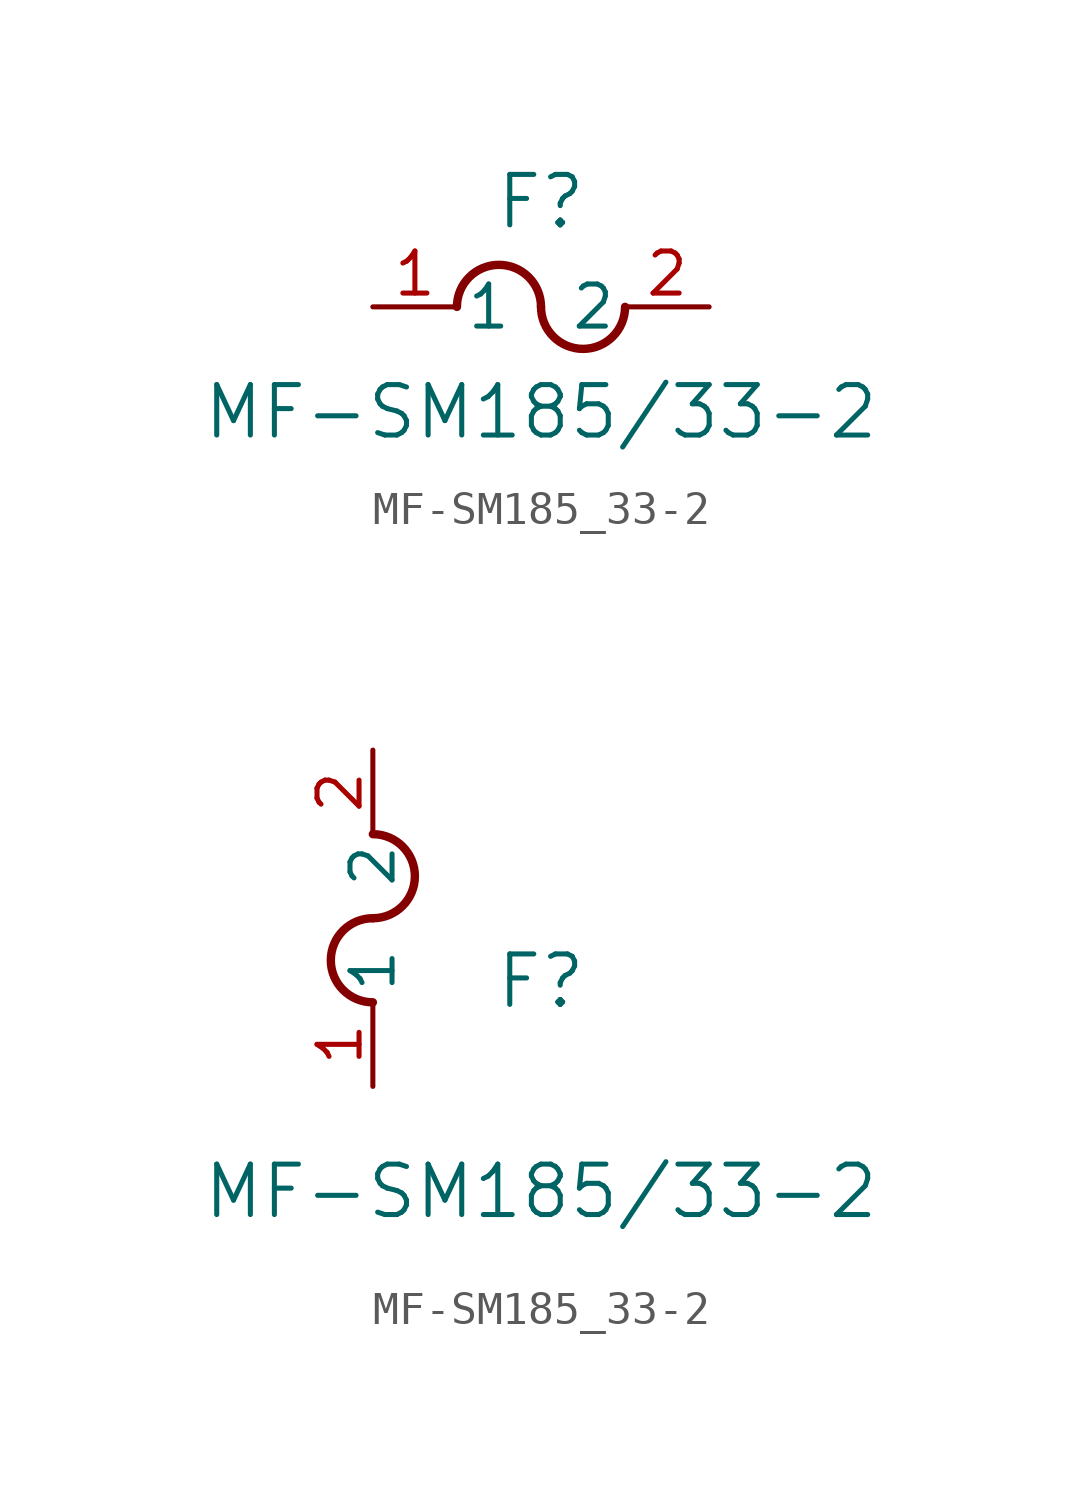
<source format=kicad_sym>
(kicad_symbol_lib
  (version 20211014)
  (generator kicad_symbol_editor)
  (symbol "MF-SM185_33-2"
    (pin_names
      (offset 0.254))
    (property "Reference" "F"
      (at 5.08 3.175 0)
      (effects (font (size 1.524 1.524))))
    (property "Value" "MF-SM185/33-2"
      (at 5.08 -3.175 0)
      (effects (font (size 1.524 1.524))))
    (symbol "MF-SM185_33-2_1_1"
      (arc (start 5.08 0) (mid 3.81 1.27) (end 2.54 0) (stroke (width 0.254) (type default) (color 0 0 0 0)) (fill (type none)))
      (arc (start 5.08 0) (mid 6.35 -1.27) (end 7.62 0) (stroke (width 0.254) (type default) (color 0 0 0 0)) (fill (type none)))
      (pin unspecified line (at 0 0 0) (length 2.54) (name "1" (effects (font (size 1.27 1.27)))) (number "1" (effects (font (size 1.27 1.27)))))
      (pin unspecified line (at 10.16 0 180) (length 2.54) (name "2" (effects (font (size 1.27 1.27)))) (number "2" (effects (font (size 1.27 1.27))))))
    (symbol "MF-SM185_33-2_1_2"
      (arc (start 0 5.08) (mid -1.27 3.81) (end 0 2.54) (stroke (width 0.254) (type default) (color 0 0 0 0)) (fill (type none)))
      (arc (start 0 5.08) (mid 1.27 6.35) (end 0 7.62) (stroke (width 0.254) (type default) (color 0 0 0 0)) (fill (type none)))
      (pin unspecified line (at 0 0 90) (length 2.54) (name "1" (effects (font (size 1.27 1.27)))) (number "1" (effects (font (size 1.27 1.27)))))
      (pin unspecified line (at 0 10.16 270) (length 2.54) (name "2" (effects (font (size 1.27 1.27)))) (number "2" (effects (font (size 1.27 1.27))))))))
</source>
